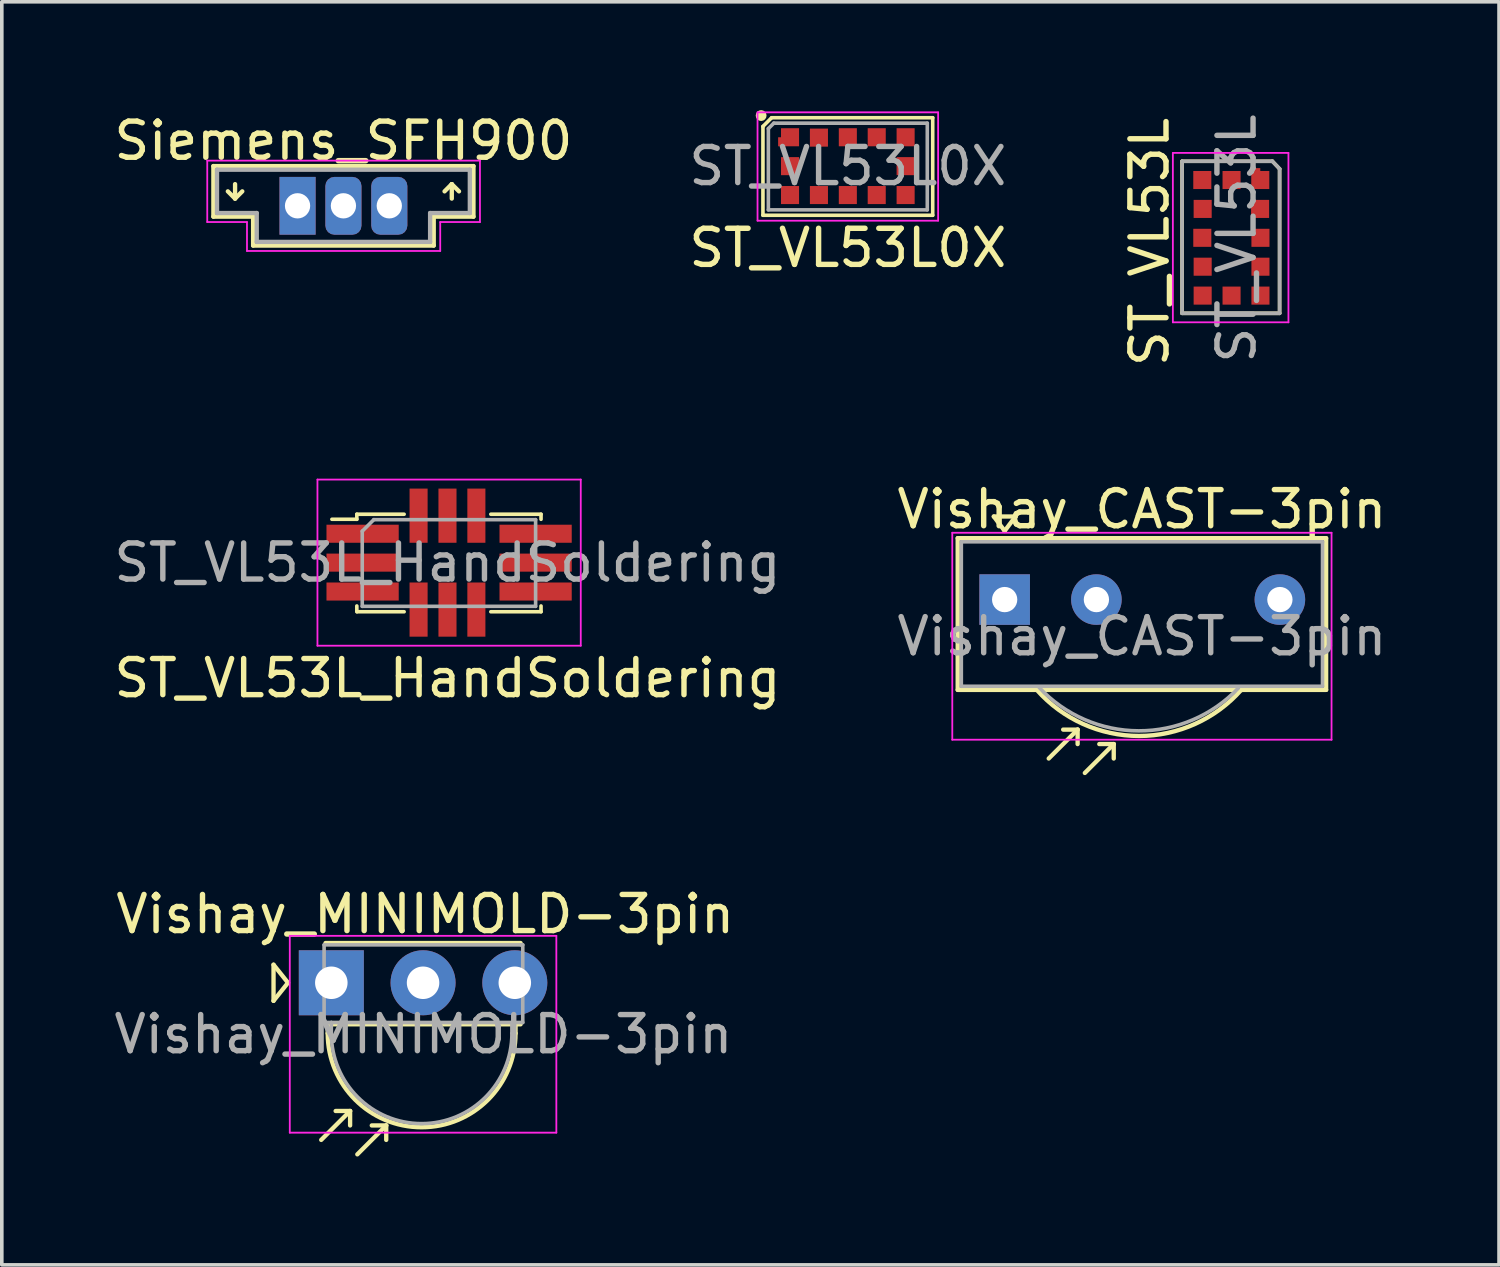
<source format=kicad_pcb>
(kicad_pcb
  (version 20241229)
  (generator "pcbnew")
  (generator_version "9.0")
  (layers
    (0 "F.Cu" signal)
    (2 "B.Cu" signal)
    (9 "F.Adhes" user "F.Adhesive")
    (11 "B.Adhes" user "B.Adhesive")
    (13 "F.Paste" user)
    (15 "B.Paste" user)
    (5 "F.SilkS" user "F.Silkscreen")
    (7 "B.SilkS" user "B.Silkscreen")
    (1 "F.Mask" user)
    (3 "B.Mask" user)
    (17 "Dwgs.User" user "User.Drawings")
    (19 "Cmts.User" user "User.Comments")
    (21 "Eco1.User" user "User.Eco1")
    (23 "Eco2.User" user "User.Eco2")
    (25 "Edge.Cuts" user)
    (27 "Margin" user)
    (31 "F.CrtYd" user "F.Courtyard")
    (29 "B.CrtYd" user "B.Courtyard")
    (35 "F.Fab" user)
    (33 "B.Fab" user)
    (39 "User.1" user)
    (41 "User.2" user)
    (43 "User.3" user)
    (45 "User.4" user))
  (footprint "ST_VL53L0X"
    (layer "F.Cu")
    (at 20.423 1.55)
    (property "Reference" "ST_VL53L0X" (at 0 2.265 180) (layer "F.SilkS") (effects (font (size 1 1) (thickness 0.15))))
    (attr smd)
    (fp_line (start -2.35 1.36) (end -2.35 -1.1) (stroke (width 0.1) (type solid)) (layer "F.SilkS"))
    (fp_line (start -2.11 -1.34) (end -2.35 -1.1) (stroke (width 0.1) (type solid)) (layer "F.SilkS"))
    (fp_line (start -2.11 -1.34) (end 2.35 -1.34) (stroke (width 0.1) (type solid)) (layer "F.SilkS"))
    (fp_line (start 2.35 -1.34) (end 2.35 1.36) (stroke (width 0.1) (type solid)) (layer "F.SilkS"))
    (fp_line (start 2.35 1.36) (end -2.35 1.36) (stroke (width 0.1) (type solid)) (layer "F.SilkS"))
    (fp_circle (center -2.4 -1.4) (end -2.325 -1.4) (stroke (width 0.15) (type solid)) (fill no) (layer "F.SilkS"))
    (fp_line (start -2.5 -1.49) (end -2.5 1.51) (stroke (width 0.05) (type solid)) (layer "F.CrtYd"))
    (fp_line (start -2.5 1.51) (end 2.5 1.51) (stroke (width 0.05) (type solid)) (layer "F.CrtYd"))
    (fp_line (start 2.5 -1.49) (end -2.5 -1.49) (stroke (width 0.05) (type solid)) (layer "F.CrtYd"))
    (fp_line (start 2.5 1.51) (end 2.5 -1.49) (stroke (width 0.05) (type solid)) (layer "F.CrtYd"))
    (fp_line (start -2.2 1.21) (end -2.2 -1.04) (stroke (width 0.1) (type solid)) (layer "F.Fab"))
    (fp_line (start -2.05 -1.19) (end -2.2 -1.04) (stroke (width 0.1) (type solid)) (layer "F.Fab"))
    (fp_line (start -2.05 -1.19) (end 2.2 -1.19) (stroke (width 0.1) (type solid)) (layer "F.Fab"))
    (fp_line (start 2.2 -1.19) (end 2.2 1.21) (stroke (width 0.1) (type solid)) (layer "F.Fab"))
    (fp_line (start 2.2 1.21) (end -2.2 1.21) (stroke (width 0.1) (type solid)) (layer "F.Fab"))
    (fp_text user "${REFERENCE}" (at 0 0 180) (layer "F.Fab") (effects (font (size 1 1) (thickness 0.15))))
    (pad "1" smd rect (at -1.89 -0.675) (size 0.08 0.25) (layers "F.Cu" "F.Mask" "F.Paste"))
    (pad "1" smd rect (at -1.6 -0.8 90) (size 0.5 0.5) (layers "F.Cu" "F.Mask" "F.Paste"))
    (pad "2" smd rect (at -0.8 -0.79 90) (size 0.5 0.5) (layers "F.Cu" "F.Mask" "F.Paste"))
    (pad "3" smd rect (at 0 -0.8 90) (size 0.5 0.5) (layers "F.Cu" "F.Mask" "F.Paste"))
    (pad "4" smd rect (at 0.8 -0.8 90) (size 0.5 0.5) (layers "F.Cu" "F.Mask" "F.Paste"))
    (pad "5" smd rect (at 1.6 -0.8 90) (size 0.5 0.5) (layers "F.Cu" "F.Mask" "F.Paste"))
    (pad "6" smd rect (at 1.6 0 90) (size 0.5 0.5) (layers "F.Cu" "F.Mask" "F.Paste"))
    (pad "7" smd rect (at 1.6 0.8 90) (size 0.5 0.5) (layers "F.Cu" "F.Mask" "F.Paste"))
    (pad "8" smd rect (at 0.8 0.8 90) (size 0.5 0.5) (layers "F.Cu" "F.Mask" "F.Paste"))
    (pad "9" smd rect (at 0 0.8 90) (size 0.5 0.5) (layers "F.Cu" "F.Mask" "F.Paste"))
    (pad "10" smd rect (at -0.8 0.8 90) (size 0.5 0.5) (layers "F.Cu" "F.Mask" "F.Paste"))
    (pad "11" smd rect (at -1.6 0.8 90) (size 0.5 0.5) (layers "F.Cu" "F.Mask" "F.Paste"))
    (pad "12" smd rect (at -1.6 0 90) (size 0.5 0.5) (layers "F.Cu" "F.Mask" "F.Paste")))
  (footprint "Siemens_SFH900"
    (layer "F.Cu")
    (at 5.188 2.648)
    (property "Reference" "Siemens_SFH900" (at 1.27 -1.8 0) (layer "F.SilkS") (effects (font (size 1 1) (thickness 0.15))))
    (attr through_hole)
    (fp_line (start -2.33 -1.1) (end 4.87 -1.1) (stroke (width 0.12) (type solid)) (layer "F.SilkS"))
    (fp_line (start -2.33 0.3) (end -2.33 -1.1) (stroke (width 0.12) (type solid)) (layer "F.SilkS"))
    (fp_line (start -1.73 -0.6) (end -1.73 -0.2) (stroke (width 0.12) (type solid)) (layer "F.SilkS"))
    (fp_line (start -1.73 -0.2) (end -1.93 -0.4) (stroke (width 0.12) (type solid)) (layer "F.SilkS"))
    (fp_line (start -1.73 -0.2) (end -1.53 -0.4) (stroke (width 0.12) (type solid)) (layer "F.SilkS"))
    (fp_line (start -1.23 0.3) (end -2.33 0.3) (stroke (width 0.12) (type solid)) (layer "F.SilkS"))
    (fp_line (start -1.23 1.1) (end -1.23 0.3) (stroke (width 0.12) (type solid)) (layer "F.SilkS"))
    (fp_line (start 3.77 0.3) (end 3.77 1.1) (stroke (width 0.12) (type solid)) (layer "F.SilkS"))
    (fp_line (start 3.77 1.1) (end -1.23 1.1) (stroke (width 0.12) (type solid)) (layer "F.SilkS"))
    (fp_line (start 4.27 -0.6) (end 4.07 -0.4) (stroke (width 0.12) (type solid)) (layer "F.SilkS"))
    (fp_line (start 4.27 -0.6) (end 4.47 -0.4) (stroke (width 0.12) (type solid)) (layer "F.SilkS"))
    (fp_line (start 4.27 -0.2) (end 4.27 -0.6) (stroke (width 0.12) (type solid)) (layer "F.SilkS"))
    (fp_line (start 4.87 -1.1) (end 4.87 0.3) (stroke (width 0.12) (type solid)) (layer "F.SilkS"))
    (fp_line (start 4.87 0.3) (end 3.77 0.3) (stroke (width 0.12) (type solid)) (layer "F.SilkS"))
    (fp_line (start -2.5 -1.25) (end 5.05 -1.25) (stroke (width 0.05) (type solid)) (layer "F.CrtYd"))
    (fp_line (start -2.5 0.45) (end -2.5 -1.25) (stroke (width 0.05) (type solid)) (layer "F.CrtYd"))
    (fp_line (start -1.4 0.45) (end -2.5 0.45) (stroke (width 0.05) (type solid)) (layer "F.CrtYd"))
    (fp_line (start -1.4 1.25) (end -1.4 0.45) (stroke (width 0.05) (type solid)) (layer "F.CrtYd"))
    (fp_line (start 3.95 0.45) (end 3.95 1.25) (stroke (width 0.05) (type solid)) (layer "F.CrtYd"))
    (fp_line (start 3.95 1.25) (end -1.4 1.25) (stroke (width 0.05) (type solid)) (layer "F.CrtYd"))
    (fp_line (start 5.05 -1.25) (end 5.05 0.45) (stroke (width 0.05) (type solid)) (layer "F.CrtYd"))
    (fp_line (start 5.05 0.45) (end 3.95 0.45) (stroke (width 0.05) (type solid)) (layer "F.CrtYd"))
    (fp_line (start -2.23 -1) (end -2.23 0.2) (stroke (width 0.12) (type solid)) (layer "F.Fab"))
    (fp_line (start -2.23 -1) (end 4.77 -1) (stroke (width 0.12) (type solid)) (layer "F.Fab"))
    (fp_line (start -2.23 0.2) (end -1.13 0.2) (stroke (width 0.12) (type solid)) (layer "F.Fab"))
    (fp_line (start -1.13 0.2) (end -1.13 1) (stroke (width 0.12) (type solid)) (layer "F.Fab"))
    (fp_line (start -1.13 1) (end 3.67 1) (stroke (width 0.12) (type solid)) (layer "F.Fab"))
    (fp_line (start 3.67 1) (end 3.67 0.2) (stroke (width 0.12) (type solid)) (layer "F.Fab"))
    (fp_line (start 4.77 -1) (end 4.77 0.2) (stroke (width 0.12) (type solid)) (layer "F.Fab"))
    (fp_line (start 4.77 0.2) (end 3.67 0.2) (stroke (width 0.12) (type solid)) (layer "F.Fab"))
    (pad "1" thru_hole rect (at 0 0) (size 1 1.6) (drill 0.7) (layers "*.Cu" "*.Mask"))
    (pad "2" thru_hole roundrect (at 1.27 0) (size 1 1.6) (drill 0.7) (layers "*.Cu" "*.Mask") (roundrect_rratio 0.25))
    (pad "3" thru_hole roundrect (at 2.54 0) (size 1 1.6) (drill 0.7) (layers "*.Cu" "*.Mask") (roundrect_rratio 0.25)))
  (footprint "ST_VL53L_HandSoldering"
    (layer "F.Cu")
    (at 9.339 12.527)
    (property "Reference" "ST_VL53L_HandSoldering" (at 0 3.2 180) (layer "F.SilkS") (effects (font (size 1 1) (thickness 0.15))))
    (attr smd)
    (fp_line (start -3.2 -1.2) (end -2.51 -1.2) (stroke (width 0.1) (type solid)) (layer "F.SilkS"))
    (fp_line (start -2.51 -1.34) (end -1.2 -1.34) (stroke (width 0.1) (type solid)) (layer "F.SilkS"))
    (fp_line (start -2.51 -1.2) (end -2.51 -1.34) (stroke (width 0.1) (type solid)) (layer "F.SilkS"))
    (fp_line (start -2.51 1.36) (end -2.51 1.2) (stroke (width 0.1) (type solid)) (layer "F.SilkS"))
    (fp_line (start -1.2 1.36) (end -2.5 1.36) (stroke (width 0.1) (type solid)) (layer "F.SilkS"))
    (fp_line (start 1.2 -1.34) (end 2.59 -1.34) (stroke (width 0.1) (type solid)) (layer "F.SilkS"))
    (fp_line (start 2.59 -1.34) (end 2.59 -1.2) (stroke (width 0.1) (type solid)) (layer "F.SilkS"))
    (fp_line (start 2.59 1.2) (end 2.59 1.36) (stroke (width 0.1) (type solid)) (layer "F.SilkS"))
    (fp_line (start 2.59 1.36) (end 1.2 1.36) (stroke (width 0.1) (type solid)) (layer "F.SilkS"))
    (fp_line (start -3.6 -2.3) (end -3.6 2.3) (stroke (width 0.05) (type solid)) (layer "F.CrtYd"))
    (fp_line (start -3.6 2.3) (end 3.69 2.3) (stroke (width 0.05) (type solid)) (layer "F.CrtYd"))
    (fp_line (start 3.69 -2.3) (end -3.6 -2.3) (stroke (width 0.05) (type solid)) (layer "F.CrtYd"))
    (fp_line (start 3.69 2.3) (end 3.69 -2.3) (stroke (width 0.05) (type solid)) (layer "F.CrtYd"))
    (fp_line (start -2.36 -0.87) (end -2.04 -1.19) (stroke (width 0.1) (type solid)) (layer "F.Fab"))
    (fp_line (start -2.36 1.21) (end -2.36 -0.87) (stroke (width 0.1) (type solid)) (layer "F.Fab"))
    (fp_line (start -2.04 -1.19) (end 2.44 -1.19) (stroke (width 0.1) (type solid)) (layer "F.Fab"))
    (fp_line (start 2.44 -1.19) (end 2.44 1.21) (stroke (width 0.1) (type solid)) (layer "F.Fab"))
    (fp_line (start 2.44 1.21) (end -2.36 1.21) (stroke (width 0.1) (type solid)) (layer "F.Fab"))
    (fp_text user "${REFERENCE}" (at 0 0 180) (layer "F.Fab") (effects (font (size 1 1) (thickness 0.15))))
    (pad "1" smd rect (at -2.35 -0.8 90) (size 0.5 2) (layers "F.Cu" "F.Mask" "F.Paste"))
    (pad "2" smd rect (at -0.8 -1.3 90) (size 1.5 0.5) (layers "F.Cu" "F.Mask" "F.Paste"))
    (pad "3" smd rect (at 0 -1.3 90) (size 1.5 0.5) (layers "F.Cu" "F.Mask" "F.Paste"))
    (pad "4" smd rect (at 0.8 -1.3 90) (size 1.5 0.5) (layers "F.Cu" "F.Mask" "F.Paste"))
    (pad "5" smd rect (at 2.44 -0.8 90) (size 0.5 2) (layers "F.Cu" "F.Mask" "F.Paste"))
    (pad "6" smd rect (at 2.44 0 90) (size 0.5 2) (layers "F.Cu" "F.Mask" "F.Paste"))
    (pad "7" smd rect (at 2.44 0.8 90) (size 0.5 2) (layers "F.Cu" "F.Mask" "F.Paste"))
    (pad "8" smd rect (at 0.8 1.3 90) (size 1.5 0.5) (layers "F.Cu" "F.Mask" "F.Paste"))
    (pad "9" smd rect (at 0 1.3 90) (size 1.5 0.5) (layers "F.Cu" "F.Mask" "F.Paste"))
    (pad "10" smd rect (at -0.8 1.3 90) (size 1.5 0.5) (layers "F.Cu" "F.Mask" "F.Paste"))
    (pad "11" smd rect (at -2.35 0.8 90) (size 0.5 2) (layers "F.Cu" "F.Mask" "F.Paste"))
    (pad "12" smd rect (at -2.35 0 90) (size 0.5 2) (layers "F.Cu" "F.Mask" "F.Paste")))
  (footprint "Vishay_MINIMOLD-3pin"
    (layer "F.Cu")
    (at 6.123 24.159)
    (property "Reference" "Vishay_MINIMOLD-3pin" (at 2.6 -1.9 180) (layer "F.SilkS") (effects (font (size 1 1) (thickness 0.15))))
    (attr through_hole)
    (fp_line (start -1.6 -0.5) (end -1.6 0.5) (stroke (width 0.12) (type solid)) (layer "F.SilkS"))
    (fp_line (start -1.6 0.5) (end -1.2 0) (stroke (width 0.12) (type solid)) (layer "F.SilkS"))
    (fp_line (start -1.2 0) (end -1.6 -0.5) (stroke (width 0.12) (type solid)) (layer "F.SilkS"))
    (fp_line (start -0.1 1.4) (end -0.1 1.2) (stroke (width 0.12) (type solid)) (layer "F.SilkS"))
    (fp_line (start 0.52 3.55) (end -0.28 4.35) (stroke (width 0.12) (type solid)) (layer "F.SilkS"))
    (fp_line (start 0.52 3.55) (end 0.12 3.55) (stroke (width 0.12) (type solid)) (layer "F.SilkS"))
    (fp_line (start 0.52 3.55) (end 0.52 3.95) (stroke (width 0.12) (type solid)) (layer "F.SilkS"))
    (fp_line (start 1.52 3.95) (end 0.72 4.75) (stroke (width 0.12) (type solid)) (layer "F.SilkS"))
    (fp_line (start 1.52 3.95) (end 1.12 3.95) (stroke (width 0.12) (type solid)) (layer "F.SilkS"))
    (fp_line (start 1.52 3.95) (end 1.52 4.35) (stroke (width 0.12) (type solid)) (layer "F.SilkS"))
    (fp_line (start 5.1 1.4) (end 5.1 1.2) (stroke (width 0.12) (type solid)) (layer "F.SilkS"))
    (fp_line (start 5.24 -1.1) (end -0.16 -1.1) (stroke (width 0.12) (type solid)) (layer "F.SilkS"))
    (fp_line (start 5.24 1.15) (end -0.16 1.15) (stroke (width 0.12) (type solid)) (layer "F.SilkS"))
    (fp_arc (start 5.1 1.4) (mid 2.5 4) (end -0.1 1.4) (stroke (width 0.12) (type solid)) (layer "F.SilkS"))
    (fp_line (start -1.15 -1.3) (end -1.15 4.15) (stroke (width 0.05) (type solid)) (layer "F.CrtYd"))
    (fp_line (start -1.15 -1.3) (end 6.23 -1.3) (stroke (width 0.05) (type solid)) (layer "F.CrtYd"))
    (fp_line (start 6.23 4.15) (end -1.15 4.15) (stroke (width 0.05) (type solid)) (layer "F.CrtYd"))
    (fp_line (start 6.23 4.15) (end 6.23 -1.3) (stroke (width 0.05) (type solid)) (layer "F.CrtYd"))
    (fp_line (start -0.2 -1.05) (end 5.25 -1.05) (stroke (width 0.1) (type solid)) (layer "F.Fab"))
    (fp_line (start -0.2 1.1) (end -0.2 -1.05) (stroke (width 0.1) (type solid)) (layer "F.Fab"))
    (fp_line (start 0 1.1) (end -0.2 1.1) (stroke (width 0.1) (type solid)) (layer "F.Fab"))
    (fp_line (start 0 1.15) (end 0 1.1) (stroke (width 0.1) (type solid)) (layer "F.Fab"))
    (fp_line (start 0 1.4) (end 0 1.15) (stroke (width 0.1) (type solid)) (layer "F.Fab"))
    (fp_line (start 5 1.1) (end 0 1.1) (stroke (width 0.1) (type solid)) (layer "F.Fab"))
    (fp_line (start 5 1.1) (end 5 1.4) (stroke (width 0.1) (type solid)) (layer "F.Fab"))
    (fp_line (start 5.25 -1.05) (end 5.3 -1.05) (stroke (width 0.1) (type solid)) (layer "F.Fab"))
    (fp_line (start 5.3 -1.05) (end 5.3 1.1) (stroke (width 0.1) (type solid)) (layer "F.Fab"))
    (fp_line (start 5.3 1.1) (end 5 1.1) (stroke (width 0.1) (type solid)) (layer "F.Fab"))
    (fp_arc (start 5 1.4) (mid 2.5 3.9) (end 0 1.4) (stroke (width 0.1) (type solid)) (layer "F.Fab"))
    (fp_text user "${REFERENCE}" (at 2.55 1.425 0) (layer "F.Fab") (effects (font (size 1 1) (thickness 0.15))))
    (pad "1" thru_hole rect (at 0 0) (size 1.8 1.8) (drill 0.9) (layers "*.Cu" "*.Mask"))
    (pad "2" thru_hole circle (at 2.54 0) (size 1.8 1.8) (drill 0.9) (layers "*.Cu" "*.Mask"))
    (pad "3" thru_hole circle (at 5.08 0) (size 1.8 1.8) (drill 0.9) (layers "*.Cu" "*.Mask")))
  (footprint "ST_VL53L"
    (layer "F.Cu")
    (at 31.042 3.494)
    (property "Reference" "ST_VL53L" (at -2.265 0.155 90) (layer "F.SilkS") (effects (font (size 1 1) (thickness 0.15))))
    (attr smd)
    (fp_line (start -1.365 -2.08) (end 1.135 -2.08) (stroke (width 0.1) (type solid)) (layer "F.SilkS"))
    (fp_line (start -1.365 2.13) (end -1.365 -2.08) (stroke (width 0.1) (type solid)) (layer "F.SilkS"))
    (fp_line (start 1.135 -2.08) (end 1.335 -1.87) (stroke (width 0.1) (type solid)) (layer "F.SilkS"))
    (fp_line (start 1.335 -1.87) (end 1.335 2.13) (stroke (width 0.1) (type solid)) (layer "F.SilkS"))
    (fp_line (start 1.335 2.13) (end -1.365 2.13) (stroke (width 0.1) (type solid)) (layer "F.SilkS"))
    (fp_line (start -1.62 -2.31) (end -1.62 2.38) (stroke (width 0.05) (type solid)) (layer "F.CrtYd"))
    (fp_line (start -1.62 2.38) (end 1.58 2.38) (stroke (width 0.05) (type solid)) (layer "F.CrtYd"))
    (fp_line (start 1.58 -2.31) (end -1.62 -2.31) (stroke (width 0.05) (type solid)) (layer "F.CrtYd"))
    (fp_line (start 1.58 2.38) (end 1.58 -2.31) (stroke (width 0.05) (type solid)) (layer "F.CrtYd"))
    (fp_line (start -1.365 -2.08) (end 1.135 -2.08) (stroke (width 0.1) (type solid)) (layer "F.Fab"))
    (fp_line (start -1.365 2.13) (end -1.365 -2.08) (stroke (width 0.1) (type solid)) (layer "F.Fab"))
    (fp_line (start 1.135 -2.08) (end 1.335 -1.87) (stroke (width 0.1) (type solid)) (layer "F.Fab"))
    (fp_line (start 1.335 -1.87) (end 1.335 2.13) (stroke (width 0.1) (type solid)) (layer "F.Fab"))
    (fp_line (start 1.335 2.13) (end -1.365 2.13) (stroke (width 0.1) (type solid)) (layer "F.Fab"))
    (fp_text user "${REFERENCE}" (at 0.145 0.06 90) (layer "F.Fab") (effects (font (size 1 1) (thickness 0.15))))
    (pad "1" smd rect (at 0.675 -1.85) (size 0.25 0.08) (layers "F.Cu" "F.Mask" "F.Paste"))
    (pad "1" smd rect (at 0.8 -1.56) (size 0.5 0.5) (layers "F.Cu" "F.Mask" "F.Paste"))
    (pad "2" smd rect (at 0.795 -0.76) (size 0.5 0.5) (layers "F.Cu" "F.Mask" "F.Paste"))
    (pad "3" smd rect (at 0.805 0.04) (size 0.5 0.5) (layers "F.Cu" "F.Mask" "F.Paste"))
    (pad "4" smd rect (at 0.805 0.84) (size 0.5 0.5) (layers "F.Cu" "F.Mask" "F.Paste"))
    (pad "5" smd rect (at 0.805 1.64) (size 0.5 0.5) (layers "F.Cu" "F.Mask" "F.Paste"))
    (pad "6" smd rect (at 0.005 1.64) (size 0.5 0.5) (layers "F.Cu" "F.Mask" "F.Paste"))
    (pad "7" smd rect (at -0.795 1.64) (size 0.5 0.5) (layers "F.Cu" "F.Mask" "F.Paste"))
    (pad "8" smd rect (at -0.795 0.84) (size 0.5 0.5) (layers "F.Cu" "F.Mask" "F.Paste"))
    (pad "9" smd rect (at -0.805 0.04) (size 0.5 0.5) (layers "F.Cu" "F.Mask" "F.Paste"))
    (pad "10" smd rect (at -0.795 -0.76) (size 0.5 0.5) (layers "F.Cu" "F.Mask" "F.Paste"))
    (pad "11" smd rect (at -0.805 -1.56) (size 0.5 0.5) (layers "F.Cu" "F.Mask" "F.Paste"))
    (pad "12" smd rect (at 0.005 -1.56) (size 0.5 0.5) (layers "F.Cu" "F.Mask" "F.Paste")))
  (footprint "Vishay_CAST-3pin"
    (layer "F.Cu")
    (at 24.765 13.55)
    (property "Reference" "Vishay_CAST-3pin" (at 3.8 -2.5 0) (layer "F.SilkS") (effects (font (size 1 1) (thickness 0.15))))
    (attr through_hole)
    (fp_line (start -1.3 -1.7) (end -1.3 2.5) (stroke (width 0.12) (type solid)) (layer "F.SilkS"))
    (fp_line (start -1.3 2.5) (end 0.9 2.5) (stroke (width 0.12) (type solid)) (layer "F.SilkS"))
    (fp_line (start -0.3 -2.3) (end 0.3 -2.3) (stroke (width 0.12) (type solid)) (layer "F.SilkS"))
    (fp_line (start 0 -1.9) (end -0.3 -2.3) (stroke (width 0.12) (type solid)) (layer "F.SilkS"))
    (fp_line (start 0.3 -2.3) (end 0 -1.9) (stroke (width 0.12) (type solid)) (layer "F.SilkS"))
    (fp_line (start 0.9 2.5) (end 6.6 2.5) (stroke (width 0.12) (type solid)) (layer "F.SilkS"))
    (fp_line (start 2.02 3.6) (end 1.22 4.4) (stroke (width 0.12) (type solid)) (layer "F.SilkS"))
    (fp_line (start 2.02 3.6) (end 1.62 3.6) (stroke (width 0.12) (type solid)) (layer "F.SilkS"))
    (fp_line (start 2.02 3.6) (end 2.02 4) (stroke (width 0.12) (type solid)) (layer "F.SilkS"))
    (fp_line (start 3.02 4) (end 2.22 4.8) (stroke (width 0.12) (type solid)) (layer "F.SilkS"))
    (fp_line (start 3.02 4) (end 2.62 4) (stroke (width 0.12) (type solid)) (layer "F.SilkS"))
    (fp_line (start 3.02 4) (end 3.02 4.4) (stroke (width 0.12) (type solid)) (layer "F.SilkS"))
    (fp_line (start 6.5 2.5) (end 8.9 2.5) (stroke (width 0.12) (type solid)) (layer "F.SilkS"))
    (fp_line (start 8.9 -1.7) (end -1.3 -1.7) (stroke (width 0.12) (type solid)) (layer "F.SilkS"))
    (fp_line (start 8.9 2.5) (end 8.9 -1.7) (stroke (width 0.12) (type solid)) (layer "F.SilkS"))
    (fp_arc (start 6.55 2.5) (mid 3.722825 3.776095) (end 0.893744 2.504232) (stroke (width 0.12) (type solid)) (layer "F.SilkS"))
    (fp_line (start -1.45 -1.85) (end -1.45 3.88) (stroke (width 0.05) (type solid)) (layer "F.CrtYd"))
    (fp_line (start -1.45 -1.85) (end 9.05 -1.85) (stroke (width 0.05) (type solid)) (layer "F.CrtYd"))
    (fp_line (start 9.05 3.88) (end -1.45 3.88) (stroke (width 0.05) (type solid)) (layer "F.CrtYd"))
    (fp_line (start 9.05 3.88) (end 9.05 -1.85) (stroke (width 0.05) (type solid)) (layer "F.CrtYd"))
    (fp_line (start -1.2 -1.6) (end 8.8 -1.6) (stroke (width 0.1) (type solid)) (layer "F.Fab"))
    (fp_line (start -1.2 2.4) (end -1.2 -1.6) (stroke (width 0.1) (type solid)) (layer "F.Fab"))
    (fp_line (start 8.8 -1.6) (end 8.8 2.4) (stroke (width 0.1) (type solid)) (layer "F.Fab"))
    (fp_line (start 8.8 2.4) (end -1.2 2.4) (stroke (width 0.1) (type solid)) (layer "F.Fab"))
    (fp_arc (start 6.47 2.45) (mid 3.710489 3.634496) (end 0.956966 2.436144) (stroke (width 0.1) (type solid)) (layer "F.Fab"))
    (fp_text user "${REFERENCE}" (at 3.8 1.017 0) (layer "F.Fab") (effects (font (size 1 1) (thickness 0.15))))
    (pad "1" thru_hole rect (at 0 0) (size 1.4 1.4) (drill 0.7) (layers "*.Cu" "*.Mask"))
    (pad "2" thru_hole circle (at 2.54 0) (size 1.4 1.4) (drill 0.7) (layers "*.Cu" "*.Mask"))
    (pad "3" thru_hole circle (at 7.62 0) (size 1.4 1.4) (drill 0.7) (layers "*.Cu" "*.Mask")))
  (gr_rect
    (start -3 -3)
    (end 38.452 31.969)
    (stroke (width 0.1) (type default))
    (fill no)
    (layer "Edge.Cuts")))
</source>
